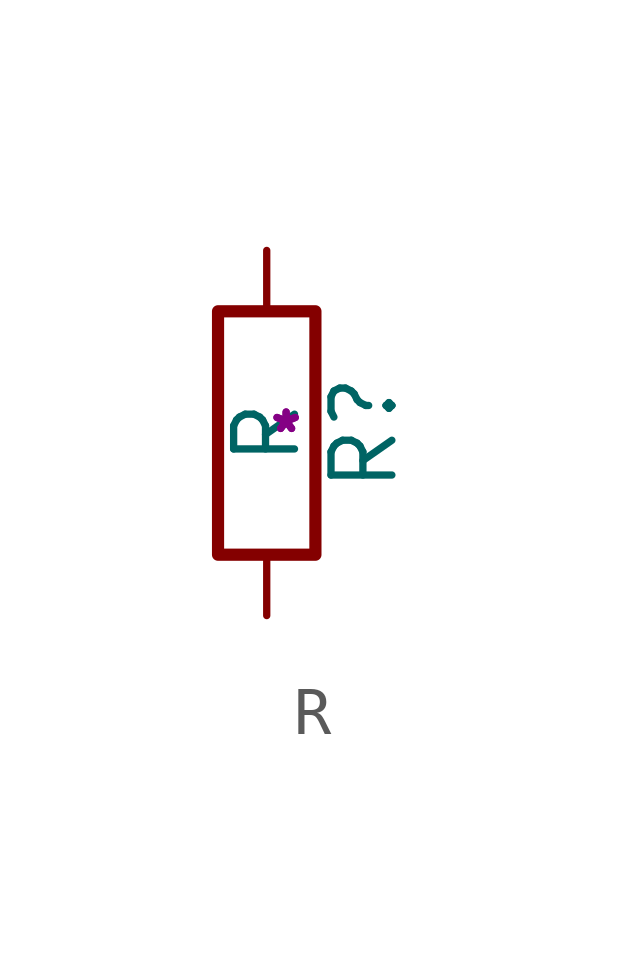
<source format=kicad_sym>
(kicad_symbol_lib
  (version 20231120)
  (generator "kicad_symbol_editor")
  (generator_version "8.0")
  (symbol "R"
    (pin_numbers hide)
    (pin_names
      (offset 0))
    (property "Reference" "R"
      (at 2.032 0 90)
      (effects (font (size 1.27 1.27))))
    (property "Value" "R"
      (at 0 0 90)
      (effects (font (size 1.27 1.27))))
    (property "Power" "*"
      (at 0 0 0)
      (effects (font (size 0.8 0.8)) (justify left)))
    (property "Tolerance" "*"
      (at 0 0 0)
      (effects (font (size 0.8 0.8)) (justify left)))
    (symbol "R_0_1"
      (rectangle (start -1.016 -2.54) (end 1.016 2.54) (stroke (width 0.254) (type default)) (fill (type none))))
    (symbol "R_1_1"
      (pin passive line (at 0 3.81 270) (length 1.27) (name "~" (effects (font (size 1.27 1.27)))) (number "1" (effects (font (size 1.27 1.27)))))
      (pin passive line (at 0 -3.81 90) (length 1.27) (name "~" (effects (font (size 1.27 1.27)))) (number "2" (effects (font (size 1.27 1.27))))))))
</source>
